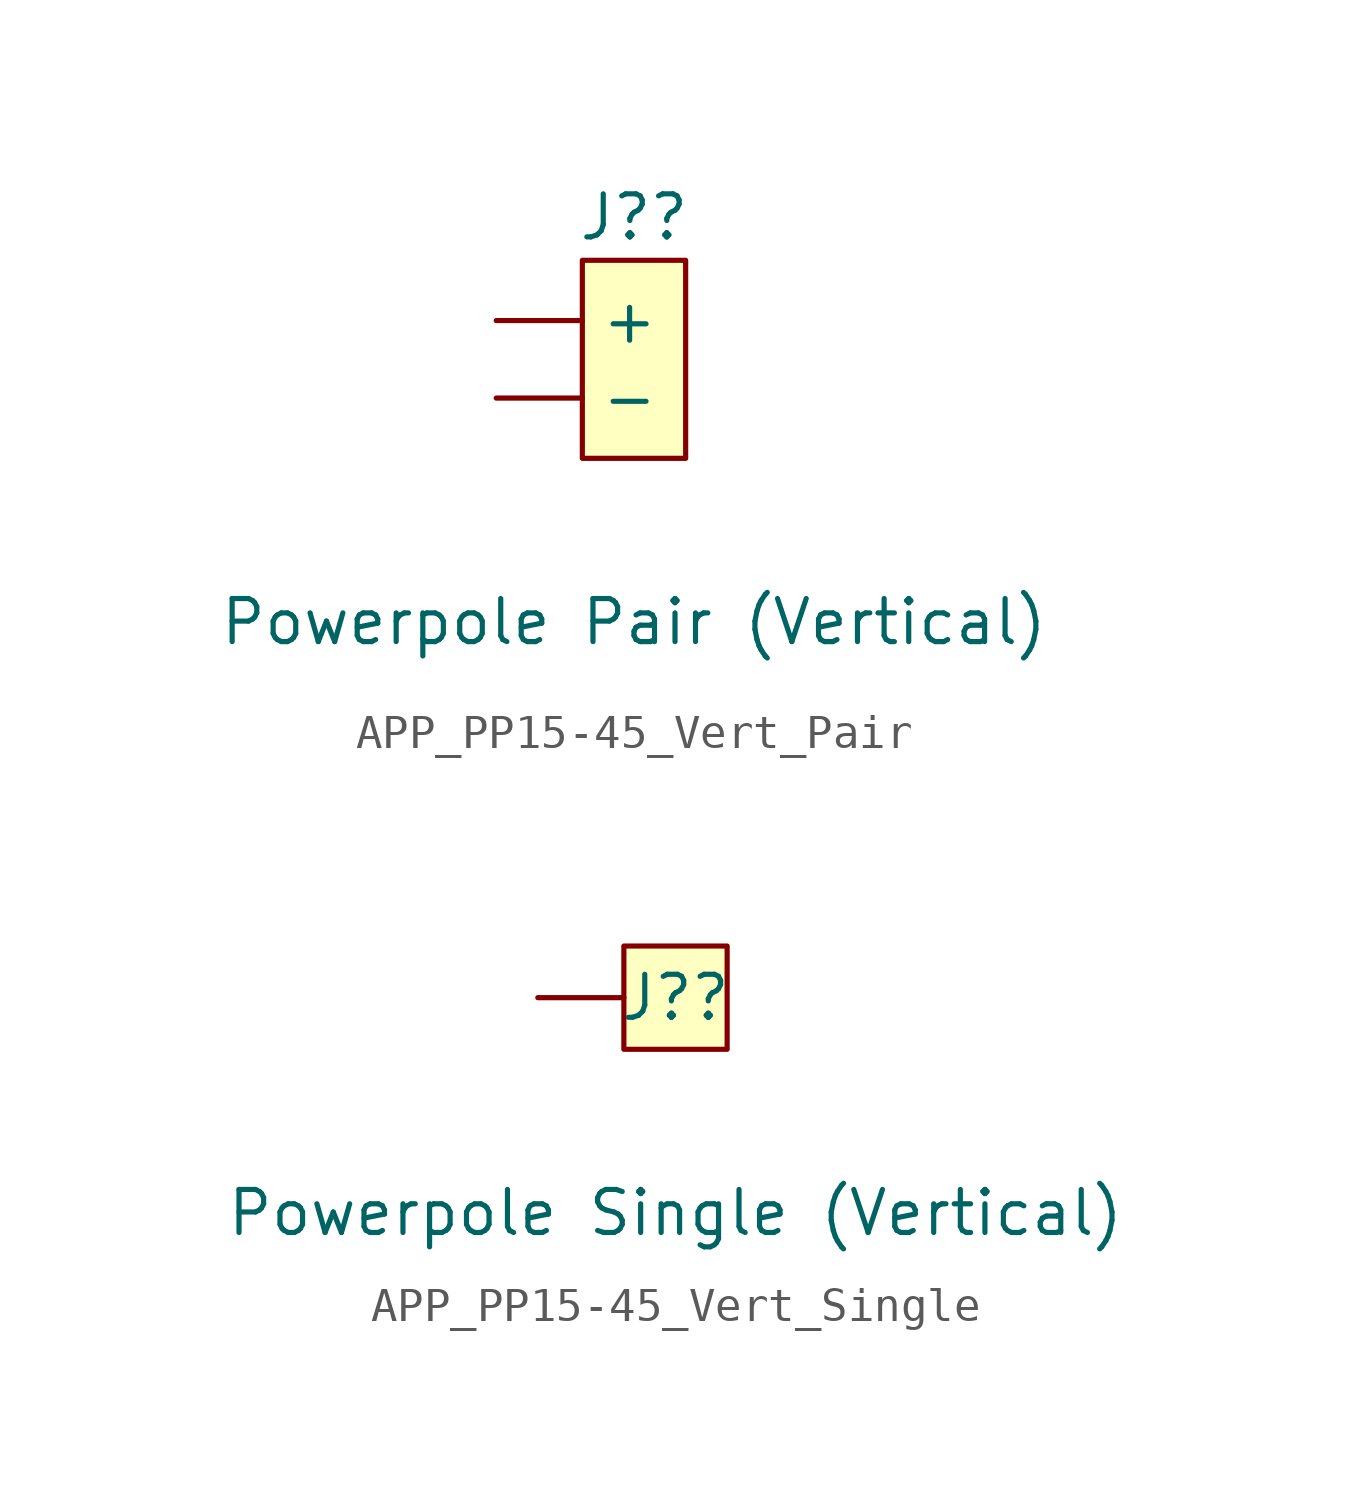
<source format=kicad_sym>
(kicad_symbol_lib
  (version 20241209)
  (generator "kicad_symbol_editor")
  (generator_version "9.0")
  (symbol "APP_PP15-45_Vert_Pair"
    (property "Reference" "J?"
      (at 0 4.318 0)
      (effects (font (size 1.27 1.27))))
    (property "Value" "Powerpole Pair (Vertical)"
      (at 0 -7.62 0)
      (effects (font (size 1.27 1.27))))
    (symbol "APP_PP15-45_Vert_Pair_1_1"
      (rectangle (start -1.524 3.048) (end 1.524 -2.794) (stroke (width 0) (type solid)) (fill (type color) (color 255 255 194 1)))
      (pin passive line (at -4.064 1.27 0) (length 2.54) (name "+" (effects (font (size 1.27 1.27)))) (number "1" (effects (font (size 0 0)))))
      (pin passive line (at -4.064 -1.016 0) (length 2.54) (name "-" (effects (font (size 1.27 1.27)))) (number "2" (effects (font (size 0 0)))))))
  (symbol "APP_PP15-45_Vert_Single"
    (property "Reference" "J?"
      (at 0 0 0)
      (effects (font (size 1.27 1.27))))
    (property "Value" "Powerpole Single (Vertical)"
      (at 0 -6.35 0)
      (effects (font (size 1.27 1.27))))
    (symbol "APP_PP15-45_Vert_Single_1_1"
      (rectangle (start -1.524 1.524) (end 1.524 -1.524) (stroke (width 0) (type solid)) (fill (type color) (color 255 255 194 1)))
      (pin passive line (at -4.064 0 0) (length 2.54) (name "CONTACT" (effects (font (size 0 0)))) (number "1" (effects (font (size 0 0))))))))
</source>
